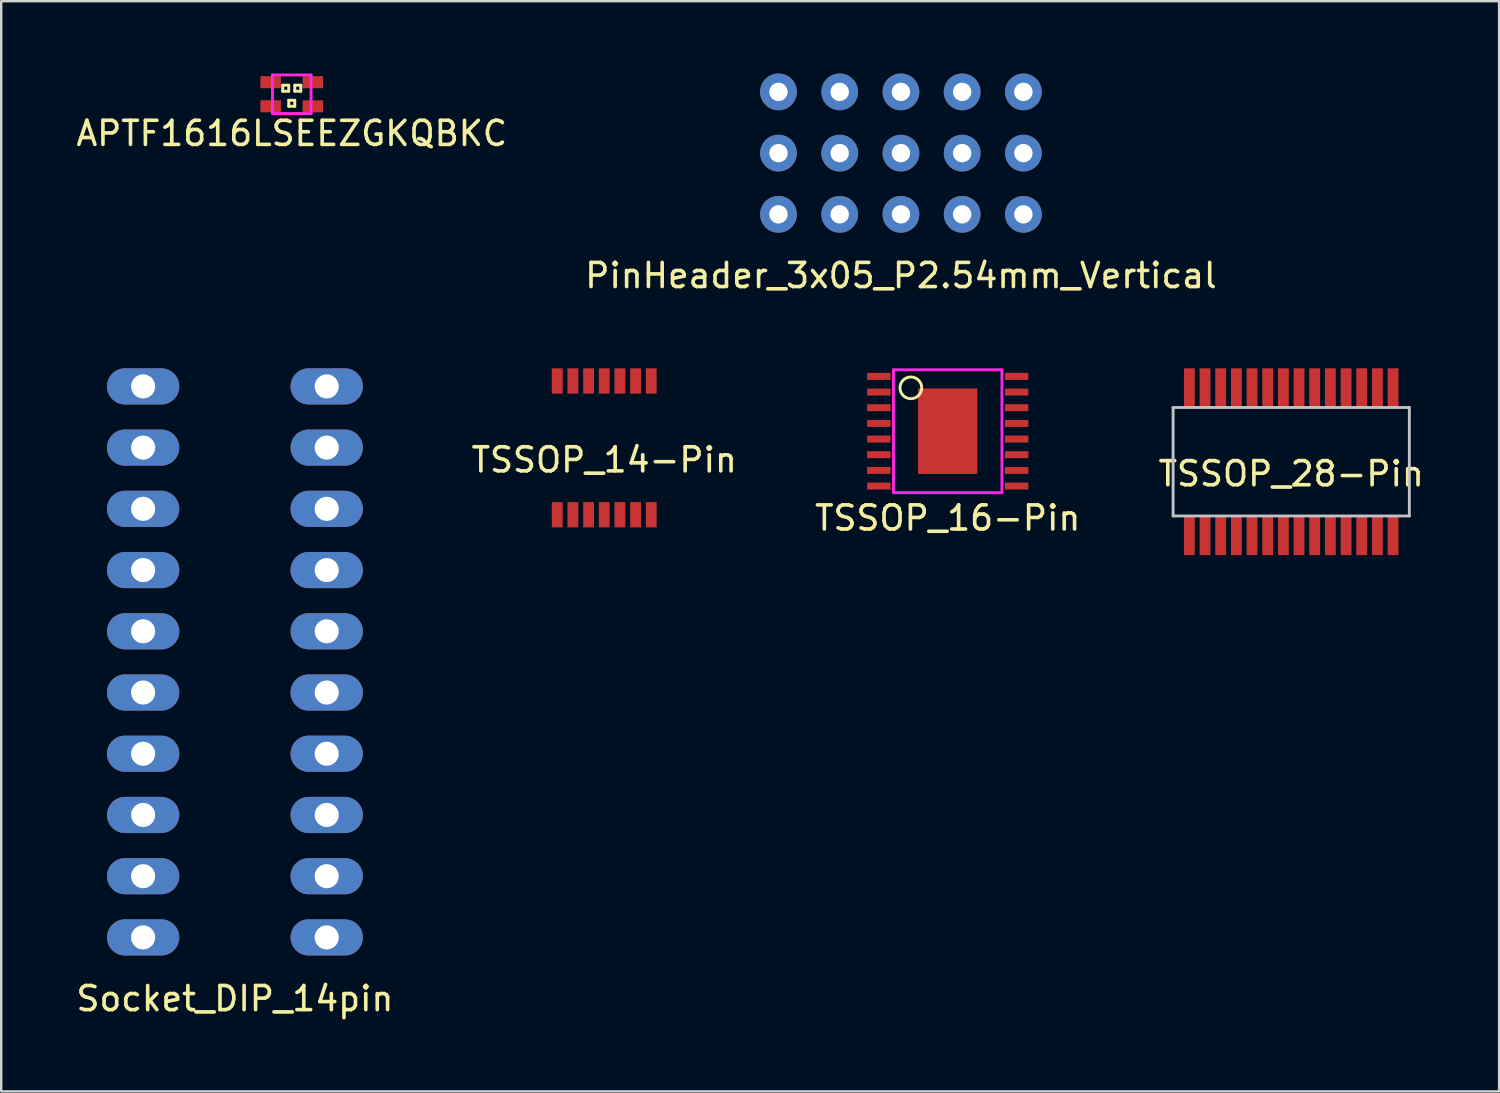
<source format=kicad_pcb>
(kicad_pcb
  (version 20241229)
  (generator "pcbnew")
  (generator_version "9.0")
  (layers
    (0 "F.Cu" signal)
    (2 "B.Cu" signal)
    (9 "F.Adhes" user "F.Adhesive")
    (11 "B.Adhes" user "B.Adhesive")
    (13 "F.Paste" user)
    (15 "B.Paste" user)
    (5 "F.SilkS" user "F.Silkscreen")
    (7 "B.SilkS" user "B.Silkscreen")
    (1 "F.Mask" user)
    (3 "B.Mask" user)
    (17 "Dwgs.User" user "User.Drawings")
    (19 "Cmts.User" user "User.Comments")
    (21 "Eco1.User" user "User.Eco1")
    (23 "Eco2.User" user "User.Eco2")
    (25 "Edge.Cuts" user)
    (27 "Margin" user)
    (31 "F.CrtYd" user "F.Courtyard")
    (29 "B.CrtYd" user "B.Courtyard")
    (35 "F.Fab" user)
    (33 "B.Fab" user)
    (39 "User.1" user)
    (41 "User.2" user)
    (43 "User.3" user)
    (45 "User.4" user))
  (footprint "Socket_DIP_14pin"
    (layer "F.Cu")
    (at 6.696 24.41)
    (property "Reference" "Socket_DIP_14pin" (at 0 13.97 0) (layer "F.SilkS") (effects (font (size 1 1) (thickness 0.15))))
    (attr through_hole)
    (pad "1" thru_hole oval (at -3.808 -11.43 90) (size 1.5 3) (drill 1) (layers "*.Cu" "*.Mask"))
    (pad "2" thru_hole oval (at -3.808 -8.89 90) (size 1.5 3) (drill 1) (layers "*.Cu" "*.Mask"))
    (pad "3" thru_hole oval (at -3.808 -6.35 90) (size 1.5 3) (drill 1) (layers "*.Cu" "*.Mask"))
    (pad "4" thru_hole oval (at -3.808 -3.81 90) (size 1.5 3) (drill 1) (layers "*.Cu" "*.Mask"))
    (pad "5" thru_hole oval (at -3.808 -1.27 90) (size 1.5 3) (drill 1) (layers "*.Cu" "*.Mask"))
    (pad "6" thru_hole oval (at -3.808 1.27 90) (size 1.5 3) (drill 1) (layers "*.Cu" "*.Mask"))
    (pad "7" thru_hole oval (at -3.808 3.81 90) (size 1.5 3) (drill 1) (layers "*.Cu" "*.Mask"))
    (pad "8" thru_hole oval (at -3.808 6.35 90) (size 1.5 3) (drill 1) (layers "*.Cu" "*.Mask"))
    (pad "9" thru_hole oval (at -3.808 8.89 90) (size 1.5 3) (drill 1) (layers "*.Cu" "*.Mask"))
    (pad "10" thru_hole oval (at -3.808 11.43 90) (size 1.5 3) (drill 1) (layers "*.Cu" "*.Mask"))
    (pad "11" thru_hole oval (at 3.808 11.43 90) (size 1.5 3) (drill 1) (layers "*.Cu" "*.Mask"))
    (pad "12" thru_hole oval (at 3.808 8.89 90) (size 1.5 3) (drill 1) (layers "*.Cu" "*.Mask"))
    (pad "13" thru_hole oval (at 3.808 6.35 90) (size 1.5 3) (drill 1) (layers "*.Cu" "*.Mask"))
    (pad "14" thru_hole oval (at 3.808 3.81 90) (size 1.5 3) (drill 1) (layers "*.Cu" "*.Mask"))
    (pad "15" thru_hole oval (at 3.808 1.27 90) (size 1.5 3) (drill 1) (layers "*.Cu" "*.Mask"))
    (pad "16" thru_hole oval (at 3.808 -1.27 90) (size 1.5 3) (drill 1) (layers "*.Cu" "*.Mask"))
    (pad "17" thru_hole oval (at 3.808 -3.81 90) (size 1.5 3) (drill 1) (layers "*.Cu" "*.Mask"))
    (pad "18" thru_hole oval (at 3.808 -6.35 90) (size 1.5 3) (drill 1) (layers "*.Cu" "*.Mask"))
    (pad "19" thru_hole oval (at 3.808 -8.89 90) (size 1.5 3) (drill 1) (layers "*.Cu" "*.Mask"))
    (pad "20" thru_hole oval (at 3.808 -11.43 90) (size 1.5 3) (drill 1) (layers "*.Cu" "*.Mask")))
  (footprint "TSSOP_28-Pin"
    (layer "F.Cu")
    (at 50.518 16.105)
    (property "Reference" "TSSOP_28-Pin" (at 0 0.5 0) (layer "F.SilkS") (effects (font (size 1 1) (thickness 0.15))))
    (attr smd)
    (fp_line (start -4.9 -2.25) (end 4.9 -2.25) (stroke (width 0.12) (type solid)) (layer "Dwgs.User"))
    (fp_line (start -4.9 2.25) (end -4.9 -2.25) (stroke (width 0.12) (type solid)) (layer "Dwgs.User"))
    (fp_line (start 4.9 -2.25) (end 4.9 2.25) (stroke (width 0.12) (type solid)) (layer "Dwgs.User"))
    (fp_line (start 4.9 2.25) (end -4.9 2.25) (stroke (width 0.12) (type solid)) (layer "Dwgs.User"))
    (pad "1" smd rect (at -4.225 3.05 90) (size 1.65 0.45) (layers "F.Cu" "F.Mask" "F.Paste"))
    (pad "2" smd rect (at -3.575 3.05 90) (size 1.65 0.45) (layers "F.Cu" "F.Mask" "F.Paste"))
    (pad "3" smd rect (at -2.925 3.05 90) (size 1.65 0.45) (layers "F.Cu" "F.Mask" "F.Paste"))
    (pad "4" smd rect (at -2.275 3.05 90) (size 1.65 0.45) (layers "F.Cu" "F.Mask" "F.Paste"))
    (pad "5" smd rect (at -1.625 3.05 90) (size 1.65 0.45) (layers "F.Cu" "F.Mask" "F.Paste"))
    (pad "6" smd rect (at -0.975 3.05 90) (size 1.65 0.45) (layers "F.Cu" "F.Mask" "F.Paste"))
    (pad "7" smd rect (at -0.325 3.05 90) (size 1.65 0.45) (layers "F.Cu" "F.Mask" "F.Paste"))
    (pad "8" smd rect (at 0.325 3.05 90) (size 1.65 0.45) (layers "F.Cu" "F.Mask" "F.Paste"))
    (pad "9" smd rect (at 0.975 3.05 90) (size 1.65 0.45) (layers "F.Cu" "F.Mask" "F.Paste"))
    (pad "10" smd rect (at 1.625 3.05 90) (size 1.65 0.45) (layers "F.Cu" "F.Mask" "F.Paste"))
    (pad "11" smd rect (at 2.275 3.05 90) (size 1.65 0.45) (layers "F.Cu" "F.Mask" "F.Paste"))
    (pad "12" smd rect (at 2.925 3.05 90) (size 1.65 0.45) (layers "F.Cu" "F.Mask" "F.Paste"))
    (pad "13" smd rect (at 3.575 3.05 90) (size 1.65 0.45) (layers "F.Cu" "F.Mask" "F.Paste"))
    (pad "14" smd rect (at 4.225 3.05 90) (size 1.65 0.45) (layers "F.Cu" "F.Mask" "F.Paste"))
    (pad "15" smd rect (at 4.225 -3.05 90) (size 1.65 0.45) (layers "F.Cu" "F.Mask" "F.Paste"))
    (pad "16" smd rect (at 3.575 -3.05 90) (size 1.65 0.45) (layers "F.Cu" "F.Mask" "F.Paste"))
    (pad "17" smd rect (at 2.925 -3.05 90) (size 1.65 0.45) (layers "F.Cu" "F.Mask" "F.Paste"))
    (pad "18" smd rect (at 2.275 -3.05 90) (size 1.65 0.45) (layers "F.Cu" "F.Mask" "F.Paste"))
    (pad "19" smd rect (at 1.625 -3.05 90) (size 1.65 0.45) (layers "F.Cu" "F.Mask" "F.Paste"))
    (pad "20" smd rect (at 0.975 -3.05 90) (size 1.65 0.45) (layers "F.Cu" "F.Mask" "F.Paste"))
    (pad "21" smd rect (at 0.325 -3.05 90) (size 1.65 0.45) (layers "F.Cu" "F.Mask" "F.Paste"))
    (pad "22" smd rect (at -0.325 -3.05 90) (size 1.65 0.45) (layers "F.Cu" "F.Mask" "F.Paste"))
    (pad "23" smd rect (at -0.975 -3.05 90) (size 1.65 0.45) (layers "F.Cu" "F.Mask" "F.Paste"))
    (pad "24" smd rect (at -1.625 -3.05 90) (size 1.65 0.45) (layers "F.Cu" "F.Mask" "F.Paste"))
    (pad "25" smd rect (at -2.275 -3.05 90) (size 1.65 0.45) (layers "F.Cu" "F.Mask" "F.Paste"))
    (pad "26" smd rect (at -2.925 -3.05 90) (size 1.65 0.45) (layers "F.Cu" "F.Mask" "F.Paste"))
    (pad "27" smd rect (at -3.575 -3.05 90) (size 1.65 0.45) (layers "F.Cu" "F.Mask" "F.Paste"))
    (pad "28" smd rect (at -4.225 -3.05 90) (size 1.65 0.45) (layers "F.Cu" "F.Mask" "F.Paste")))
  (footprint "TSSOP_16-Pin"
    (layer "F.Cu")
    (at 36.268 14.84)
    (property "Reference" "TSSOP_16-Pin" (at 0 3.6 0) (layer "F.SilkS") (effects (font (size 1 1) (thickness 0.15))))
    (attr through_hole)
    (fp_circle (center -1.53 -1.8) (end -1.53 -2.25) (stroke (width 0.12) (type solid)) (fill no) (layer "F.SilkS"))
    (fp_line (start -2.25 -2.55) (end -2.25 2.55) (stroke (width 0.12) (type solid)) (layer "F.CrtYd"))
    (fp_line (start -2.25 2.55) (end 2.25 2.55) (stroke (width 0.12) (type solid)) (layer "F.CrtYd"))
    (fp_line (start 2.25 -2.55) (end -2.25 -2.55) (stroke (width 0.12) (type solid)) (layer "F.CrtYd"))
    (fp_line (start 2.25 2.55) (end 2.25 -2.55) (stroke (width 0.12) (type solid)) (layer "F.CrtYd"))
    (pad "1" smd rect (at -2.86 -2.275) (size 0.97 0.29) (layers "F.Cu" "F.Mask" "F.Paste"))
    (pad "2" smd rect (at -2.86 -1.625) (size 0.97 0.29) (layers "F.Cu" "F.Mask" "F.Paste"))
    (pad "3" smd rect (at -2.86 -0.975) (size 0.97 0.29) (layers "F.Cu" "F.Mask" "F.Paste"))
    (pad "4" smd rect (at -2.86 -0.325) (size 0.97 0.29) (layers "F.Cu" "F.Mask" "F.Paste"))
    (pad "5" smd rect (at -2.86 0.325) (size 0.97 0.29) (layers "F.Cu" "F.Mask" "F.Paste"))
    (pad "6" smd rect (at -2.86 0.975) (size 0.97 0.29) (layers "F.Cu" "F.Mask" "F.Paste"))
    (pad "7" smd rect (at -2.86 1.625) (size 0.97 0.29) (layers "F.Cu" "F.Mask" "F.Paste"))
    (pad "8" smd rect (at -2.86 2.275) (size 0.97 0.29) (layers "F.Cu" "F.Mask" "F.Paste"))
    (pad "9" smd rect (at 2.86 2.275) (size 0.97 0.29) (layers "F.Cu" "F.Mask" "F.Paste"))
    (pad "10" smd rect (at 2.86 1.625) (size 0.97 0.29) (layers "F.Cu" "F.Mask" "F.Paste"))
    (pad "11" smd rect (at 2.86 0.975) (size 0.97 0.29) (layers "F.Cu" "F.Mask" "F.Paste"))
    (pad "12" smd rect (at 2.86 0.325) (size 0.97 0.29) (layers "F.Cu" "F.Mask" "F.Paste"))
    (pad "13" smd rect (at 2.86 -0.325) (size 0.97 0.29) (layers "F.Cu" "F.Mask" "F.Paste"))
    (pad "14" smd rect (at 2.86 -0.975) (size 0.97 0.29) (layers "F.Cu" "F.Mask" "F.Paste"))
    (pad "15" smd rect (at 2.86 -1.625) (size 0.97 0.29) (layers "F.Cu" "F.Mask" "F.Paste"))
    (pad "16" smd rect (at 2.86 -2.275) (size 0.97 0.29) (layers "F.Cu" "F.Mask" "F.Paste"))
    (pad "ThermalPad" smd rect (at 0 0) (size 2.46 3.55) (layers "F.Cu" "F.Mask" "F.Paste")))
  (footprint "TSSOP_14-Pin"
    (layer "F.Cu")
    (at 22.018 15.53)
    (property "Reference" "TSSOP_14-Pin" (at 0 0.5 0) (layer "F.SilkS") (effects (font (size 1 1) (thickness 0.15))))
    (attr smd)
    (pad "1" smd rect (at -1.95 2.775) (size 0.45 1.05) (layers "F.Cu" "F.Mask" "F.Paste"))
    (pad "2" smd rect (at -1.3 2.775) (size 0.45 1.05) (layers "F.Cu" "F.Mask" "F.Paste"))
    (pad "3" smd rect (at -0.65 2.775) (size 0.45 1.05) (layers "F.Cu" "F.Mask" "F.Paste"))
    (pad "4" smd rect (at 0 2.775) (size 0.45 1.05) (layers "F.Cu" "F.Mask" "F.Paste"))
    (pad "5" smd rect (at 0.65 2.775) (size 0.45 1.05) (layers "F.Cu" "F.Mask" "F.Paste"))
    (pad "6" smd rect (at 1.3 2.775) (size 0.45 1.05) (layers "F.Cu" "F.Mask" "F.Paste"))
    (pad "7" smd rect (at 1.95 2.775) (size 0.45 1.05) (layers "F.Cu" "F.Mask" "F.Paste"))
    (pad "8" smd rect (at 1.95 -2.775) (size 0.45 1.05) (layers "F.Cu" "F.Mask" "F.Paste"))
    (pad "9" smd rect (at 1.3 -2.775) (size 0.45 1.05) (layers "F.Cu" "F.Mask" "F.Paste"))
    (pad "10" smd rect (at 0.65 -2.775) (size 0.45 1.05) (layers "F.Cu" "F.Mask" "F.Paste"))
    (pad "11" smd rect (at 0 -2.775) (size 0.45 1.05) (layers "F.Cu" "F.Mask" "F.Paste"))
    (pad "12" smd rect (at -0.65 -2.775) (size 0.45 1.05) (layers "F.Cu" "F.Mask" "F.Paste"))
    (pad "13" smd rect (at -1.3 -2.775) (size 0.45 1.05) (layers "F.Cu" "F.Mask" "F.Paste"))
    (pad "14" smd rect (at -1.95 -2.775) (size 0.45 1.05) (layers "F.Cu" "F.Mask" "F.Paste")))
  (footprint "APTF1616LSEEZGKQBKC"
    (layer "F.Cu")
    (at 9.054 0.86)
    (property "Reference" "APTF1616LSEEZGKQBKC" (at 0 1.625 0) (layer "F.SilkS") (effects (font (size 1 1) (thickness 0.15))))
    (attr smd)
    (fp_line (start -0.375 -0.375) (end -0.375 -0.125) (stroke (width 0.12) (type solid)) (layer "F.SilkS"))
    (fp_line (start -0.375 -0.125) (end -0.125 -0.125) (stroke (width 0.12) (type solid)) (layer "F.SilkS"))
    (fp_line (start -0.125 -0.375) (end -0.375 -0.375) (stroke (width 0.12) (type solid)) (layer "F.SilkS"))
    (fp_line (start -0.125 -0.125) (end -0.125 -0.375) (stroke (width 0.12) (type solid)) (layer "F.SilkS"))
    (fp_line (start -0.125 0.25) (end 0.125 0.25) (stroke (width 0.12) (type solid)) (layer "F.SilkS"))
    (fp_line (start -0.125 0.5) (end -0.125 0.25) (stroke (width 0.12) (type solid)) (layer "F.SilkS"))
    (fp_line (start 0.125 -0.375) (end 0.125 -0.125) (stroke (width 0.12) (type solid)) (layer "F.SilkS"))
    (fp_line (start 0.125 -0.125) (end 0.375 -0.125) (stroke (width 0.12) (type solid)) (layer "F.SilkS"))
    (fp_line (start 0.125 0.25) (end 0.125 0.5) (stroke (width 0.12) (type solid)) (layer "F.SilkS"))
    (fp_line (start 0.125 0.5) (end -0.125 0.5) (stroke (width 0.12) (type solid)) (layer "F.SilkS"))
    (fp_line (start 0.375 -0.375) (end 0.125 -0.375) (stroke (width 0.12) (type solid)) (layer "F.SilkS"))
    (fp_line (start 0.375 -0.125) (end 0.375 -0.375) (stroke (width 0.12) (type solid)) (layer "F.SilkS"))
    (fp_line (start -0.8 -0.8) (end -0.8 0.8) (stroke (width 0.12) (type solid)) (layer "F.CrtYd"))
    (fp_line (start -0.8 0.8) (end 0.8 0.8) (stroke (width 0.12) (type solid)) (layer "F.CrtYd"))
    (fp_line (start 0.8 -0.8) (end -0.8 -0.8) (stroke (width 0.12) (type solid)) (layer "F.CrtYd"))
    (fp_line (start 0.8 0.8) (end 0.8 -0.8) (stroke (width 0.12) (type solid)) (layer "F.CrtYd"))
    (pad "1" smd rect (at 0.875 0.5) (size 0.85 0.5) (layers "F.Cu" "F.Mask" "F.Paste"))
    (pad "2" smd rect (at -0.875 0.5) (size 0.85 0.5) (layers "F.Cu" "F.Mask" "F.Paste"))
    (pad "3" smd rect (at -0.875 -0.5) (size 0.85 0.5) (layers "F.Cu" "F.Mask" "F.Paste"))
    (pad "4" smd rect (at 0.875 -0.5) (size 0.85 0.5) (layers "F.Cu" "F.Mask" "F.Paste")))
  (footprint "PinHeader_3x05_P2.54mm_Vertical"
    (layer "F.Cu")
    (at 34.327 3.302)
    (property "Reference" "PinHeader_3x05_P2.54mm_Vertical" (at 0 5.08 0) (layer "F.SilkS") (effects (font (size 1 1) (thickness 0.15))))
    (attr through_hole)
    (pad "1" thru_hole circle (at -5.08 -2.54) (size 1.524 1.524) (drill 0.762) (layers "*.Cu" "*.Mask"))
    (pad "2" thru_hole circle (at -2.54 -2.54) (size 1.524 1.524) (drill 0.762) (layers "*.Cu" "*.Mask"))
    (pad "3" thru_hole circle (at 0 -2.54) (size 1.524 1.524) (drill 0.762) (layers "*.Cu" "*.Mask"))
    (pad "4" thru_hole circle (at 2.54 -2.54) (size 1.524 1.524) (drill 0.762) (layers "*.Cu" "*.Mask"))
    (pad "5" thru_hole circle (at 5.08 -2.54) (size 1.524 1.524) (drill 0.762) (layers "*.Cu" "*.Mask"))
    (pad "6" thru_hole circle (at -5.08 0) (size 1.524 1.524) (drill 0.762) (layers "*.Cu" "*.Mask"))
    (pad "7" thru_hole circle (at -2.54 0) (size 1.524 1.524) (drill 0.762) (layers "*.Cu" "*.Mask"))
    (pad "8" thru_hole circle (at 0 0) (size 1.524 1.524) (drill 0.762) (layers "*.Cu" "*.Mask"))
    (pad "9" thru_hole circle (at 2.54 0) (size 1.524 1.524) (drill 0.762) (layers "*.Cu" "*.Mask"))
    (pad "10" thru_hole circle (at 5.08 0) (size 1.524 1.524) (drill 0.762) (layers "*.Cu" "*.Mask"))
    (pad "11" thru_hole circle (at -5.08 2.54) (size 1.524 1.524) (drill 0.762) (layers "*.Cu" "*.Mask"))
    (pad "12" thru_hole circle (at -2.54 2.54) (size 1.524 1.524) (drill 0.762) (layers "*.Cu" "*.Mask"))
    (pad "13" thru_hole circle (at 0 2.54) (size 1.524 1.524) (drill 0.762) (layers "*.Cu" "*.Mask"))
    (pad "14" thru_hole circle (at 2.54 2.54) (size 1.524 1.524) (drill 0.762) (layers "*.Cu" "*.Mask"))
    (pad "15" thru_hole circle (at 5.08 2.54) (size 1.524 1.524) (drill 0.762) (layers "*.Cu" "*.Mask")))
  (gr_rect
    (start -3 -3)
    (end 59.143 42.228)
    (stroke (width 0.1) (type default))
    (fill no)
    (layer "Edge.Cuts")))
</source>
